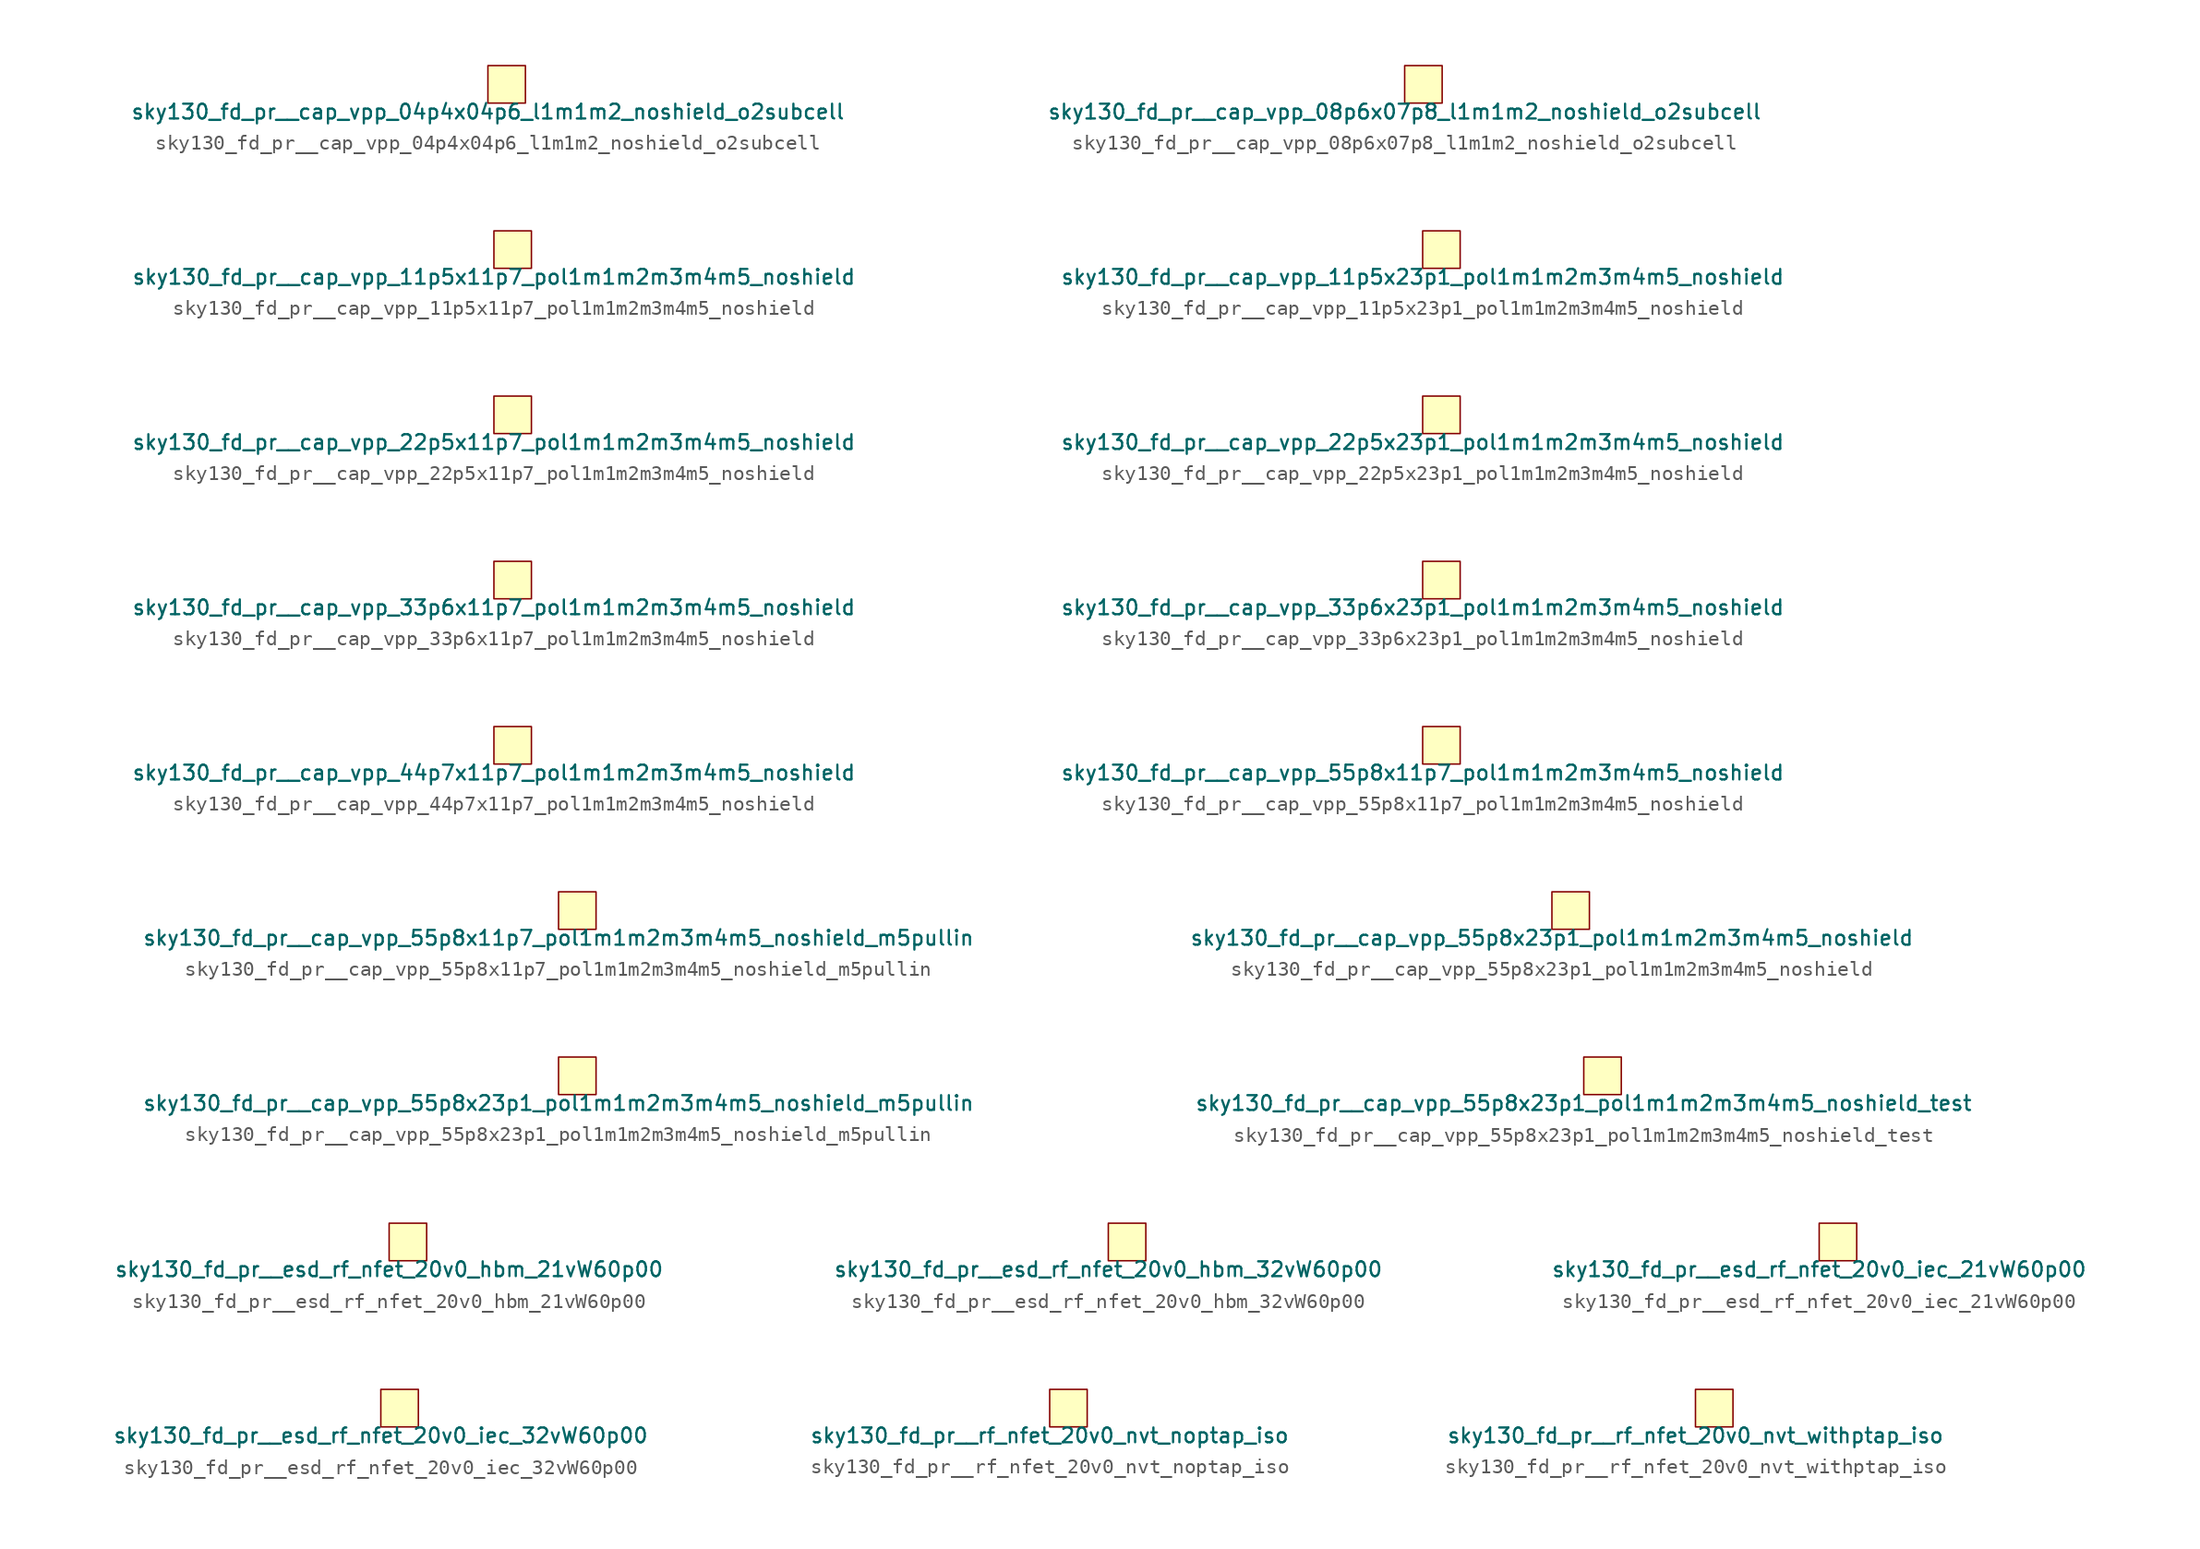
<source format=kicad_sym>
(kicad_symbol_lib
  (version 20211014)
  (generator lef2kicad_sym)
  (symbol "sky130_fd_pr__cap_vpp_04p4x04p6_l1m1m2_noshield_o2subcell"
    (property "Reference" "X"
      (at 0 0 0)
      (effects (font (size 1 1)) hide))
    (property "Value" "sky130_fd_pr__cap_vpp_04p4x04p6_l1m1m2_noshield_o2subcell"
      (at -1.27 -1.27 0)
      (effects (font (size 1 1)) (justify top)))
    (rectangle
      (start -1.27 -1.27)
      (end 1.27 1.27)
      (stroke (width 0.1) (type solid) (color 0 0 0 0))
      (fill (type background))))
  (symbol "sky130_fd_pr__cap_vpp_08p6x07p8_l1m1m2_noshield_o2subcell"
    (property "Reference" "X"
      (at 0 0 0)
      (effects (font (size 1 1)) hide))
    (property "Value" "sky130_fd_pr__cap_vpp_08p6x07p8_l1m1m2_noshield_o2subcell"
      (at -1.27 -1.27 0)
      (effects (font (size 1 1)) (justify top)))
    (rectangle
      (start -1.27 -1.27)
      (end 1.27 1.27)
      (stroke (width 0.1) (type solid) (color 0 0 0 0))
      (fill (type background))))
  (symbol "sky130_fd_pr__cap_vpp_11p5x11p7_pol1m1m2m3m4m5_noshield"
    (property "Reference" "X"
      (at 0 0 0)
      (effects (font (size 1 1)) hide))
    (property "Value" "sky130_fd_pr__cap_vpp_11p5x11p7_pol1m1m2m3m4m5_noshield"
      (at -1.27 -1.27 0)
      (effects (font (size 1 1)) (justify top)))
    (rectangle
      (start -1.27 -1.27)
      (end 1.27 1.27)
      (stroke (width 0.1) (type solid) (color 0 0 0 0))
      (fill (type background))))
  (symbol "sky130_fd_pr__cap_vpp_11p5x23p1_pol1m1m2m3m4m5_noshield"
    (property "Reference" "X"
      (at 0 0 0)
      (effects (font (size 1 1)) hide))
    (property "Value" "sky130_fd_pr__cap_vpp_11p5x23p1_pol1m1m2m3m4m5_noshield"
      (at -1.27 -1.27 0)
      (effects (font (size 1 1)) (justify top)))
    (rectangle
      (start -1.27 -1.27)
      (end 1.27 1.27)
      (stroke (width 0.1) (type solid) (color 0 0 0 0))
      (fill (type background))))
  (symbol "sky130_fd_pr__cap_vpp_22p5x11p7_pol1m1m2m3m4m5_noshield"
    (property "Reference" "X"
      (at 0 0 0)
      (effects (font (size 1 1)) hide))
    (property "Value" "sky130_fd_pr__cap_vpp_22p5x11p7_pol1m1m2m3m4m5_noshield"
      (at -1.27 -1.27 0)
      (effects (font (size 1 1)) (justify top)))
    (rectangle
      (start -1.27 -1.27)
      (end 1.27 1.27)
      (stroke (width 0.1) (type solid) (color 0 0 0 0))
      (fill (type background))))
  (symbol "sky130_fd_pr__cap_vpp_22p5x23p1_pol1m1m2m3m4m5_noshield"
    (property "Reference" "X"
      (at 0 0 0)
      (effects (font (size 1 1)) hide))
    (property "Value" "sky130_fd_pr__cap_vpp_22p5x23p1_pol1m1m2m3m4m5_noshield"
      (at -1.27 -1.27 0)
      (effects (font (size 1 1)) (justify top)))
    (rectangle
      (start -1.27 -1.27)
      (end 1.27 1.27)
      (stroke (width 0.1) (type solid) (color 0 0 0 0))
      (fill (type background))))
  (symbol "sky130_fd_pr__cap_vpp_33p6x11p7_pol1m1m2m3m4m5_noshield"
    (property "Reference" "X"
      (at 0 0 0)
      (effects (font (size 1 1)) hide))
    (property "Value" "sky130_fd_pr__cap_vpp_33p6x11p7_pol1m1m2m3m4m5_noshield"
      (at -1.27 -1.27 0)
      (effects (font (size 1 1)) (justify top)))
    (rectangle
      (start -1.27 -1.27)
      (end 1.27 1.27)
      (stroke (width 0.1) (type solid) (color 0 0 0 0))
      (fill (type background))))
  (symbol "sky130_fd_pr__cap_vpp_33p6x23p1_pol1m1m2m3m4m5_noshield"
    (property "Reference" "X"
      (at 0 0 0)
      (effects (font (size 1 1)) hide))
    (property "Value" "sky130_fd_pr__cap_vpp_33p6x23p1_pol1m1m2m3m4m5_noshield"
      (at -1.27 -1.27 0)
      (effects (font (size 1 1)) (justify top)))
    (rectangle
      (start -1.27 -1.27)
      (end 1.27 1.27)
      (stroke (width 0.1) (type solid) (color 0 0 0 0))
      (fill (type background))))
  (symbol "sky130_fd_pr__cap_vpp_44p7x11p7_pol1m1m2m3m4m5_noshield"
    (property "Reference" "X"
      (at 0 0 0)
      (effects (font (size 1 1)) hide))
    (property "Value" "sky130_fd_pr__cap_vpp_44p7x11p7_pol1m1m2m3m4m5_noshield"
      (at -1.27 -1.27 0)
      (effects (font (size 1 1)) (justify top)))
    (rectangle
      (start -1.27 -1.27)
      (end 1.27 1.27)
      (stroke (width 0.1) (type solid) (color 0 0 0 0))
      (fill (type background))))
  (symbol "sky130_fd_pr__cap_vpp_55p8x11p7_pol1m1m2m3m4m5_noshield"
    (property "Reference" "X"
      (at 0 0 0)
      (effects (font (size 1 1)) hide))
    (property "Value" "sky130_fd_pr__cap_vpp_55p8x11p7_pol1m1m2m3m4m5_noshield"
      (at -1.27 -1.27 0)
      (effects (font (size 1 1)) (justify top)))
    (rectangle
      (start -1.27 -1.27)
      (end 1.27 1.27)
      (stroke (width 0.1) (type solid) (color 0 0 0 0))
      (fill (type background))))
  (symbol "sky130_fd_pr__cap_vpp_55p8x11p7_pol1m1m2m3m4m5_noshield_m5pullin"
    (property "Reference" "X"
      (at 0 0 0)
      (effects (font (size 1 1)) hide))
    (property "Value" "sky130_fd_pr__cap_vpp_55p8x11p7_pol1m1m2m3m4m5_noshield_m5pullin"
      (at -1.27 -1.27 0)
      (effects (font (size 1 1)) (justify top)))
    (rectangle
      (start -1.27 -1.27)
      (end 1.27 1.27)
      (stroke (width 0.1) (type solid) (color 0 0 0 0))
      (fill (type background))))
  (symbol "sky130_fd_pr__cap_vpp_55p8x23p1_pol1m1m2m3m4m5_noshield"
    (property "Reference" "X"
      (at 0 0 0)
      (effects (font (size 1 1)) hide))
    (property "Value" "sky130_fd_pr__cap_vpp_55p8x23p1_pol1m1m2m3m4m5_noshield"
      (at -1.27 -1.27 0)
      (effects (font (size 1 1)) (justify top)))
    (rectangle
      (start -1.27 -1.27)
      (end 1.27 1.27)
      (stroke (width 0.1) (type solid) (color 0 0 0 0))
      (fill (type background))))
  (symbol "sky130_fd_pr__cap_vpp_55p8x23p1_pol1m1m2m3m4m5_noshield_m5pullin"
    (property "Reference" "X"
      (at 0 0 0)
      (effects (font (size 1 1)) hide))
    (property "Value" "sky130_fd_pr__cap_vpp_55p8x23p1_pol1m1m2m3m4m5_noshield_m5pullin"
      (at -1.27 -1.27 0)
      (effects (font (size 1 1)) (justify top)))
    (rectangle
      (start -1.27 -1.27)
      (end 1.27 1.27)
      (stroke (width 0.1) (type solid) (color 0 0 0 0))
      (fill (type background))))
  (symbol "sky130_fd_pr__cap_vpp_55p8x23p1_pol1m1m2m3m4m5_noshield_test"
    (property "Reference" "X"
      (at 0 0 0)
      (effects (font (size 1 1)) hide))
    (property "Value" "sky130_fd_pr__cap_vpp_55p8x23p1_pol1m1m2m3m4m5_noshield_test"
      (at -1.27 -1.27 0)
      (effects (font (size 1 1)) (justify top)))
    (rectangle
      (start -1.27 -1.27)
      (end 1.27 1.27)
      (stroke (width 0.1) (type solid) (color 0 0 0 0))
      (fill (type background))))
  (symbol "sky130_fd_pr__esd_rf_nfet_20v0_hbm_21vW60p00"
    (property "Reference" "X"
      (at 0 0 0)
      (effects (font (size 1 1)) hide))
    (property "Value" "sky130_fd_pr__esd_rf_nfet_20v0_hbm_21vW60p00"
      (at -1.27 -1.27 0)
      (effects (font (size 1 1)) (justify top)))
    (rectangle
      (start -1.27 -1.27)
      (end 1.27 1.27)
      (stroke (width 0.1) (type solid) (color 0 0 0 0))
      (fill (type background))))
  (symbol "sky130_fd_pr__esd_rf_nfet_20v0_hbm_32vW60p00"
    (property "Reference" "X"
      (at 0 0 0)
      (effects (font (size 1 1)) hide))
    (property "Value" "sky130_fd_pr__esd_rf_nfet_20v0_hbm_32vW60p00"
      (at -1.27 -1.27 0)
      (effects (font (size 1 1)) (justify top)))
    (rectangle
      (start -1.27 -1.27)
      (end 1.27 1.27)
      (stroke (width 0.1) (type solid) (color 0 0 0 0))
      (fill (type background))))
  (symbol "sky130_fd_pr__esd_rf_nfet_20v0_iec_21vW60p00"
    (property "Reference" "X"
      (at 0 0 0)
      (effects (font (size 1 1)) hide))
    (property "Value" "sky130_fd_pr__esd_rf_nfet_20v0_iec_21vW60p00"
      (at -1.27 -1.27 0)
      (effects (font (size 1 1)) (justify top)))
    (rectangle
      (start -1.27 -1.27)
      (end 1.27 1.27)
      (stroke (width 0.1) (type solid) (color 0 0 0 0))
      (fill (type background))))
  (symbol "sky130_fd_pr__esd_rf_nfet_20v0_iec_32vW60p00"
    (property "Reference" "X"
      (at 0 0 0)
      (effects (font (size 1 1)) hide))
    (property "Value" "sky130_fd_pr__esd_rf_nfet_20v0_iec_32vW60p00"
      (at -1.27 -1.27 0)
      (effects (font (size 1 1)) (justify top)))
    (rectangle
      (start -1.27 -1.27)
      (end 1.27 1.27)
      (stroke (width 0.1) (type solid) (color 0 0 0 0))
      (fill (type background))))
  (symbol "sky130_fd_pr__rf_nfet_20v0_nvt_noptap_iso"
    (property "Reference" "X"
      (at 0 0 0)
      (effects (font (size 1 1)) hide))
    (property "Value" "sky130_fd_pr__rf_nfet_20v0_nvt_noptap_iso"
      (at -1.27 -1.27 0)
      (effects (font (size 1 1)) (justify top)))
    (rectangle
      (start -1.27 -1.27)
      (end 1.27 1.27)
      (stroke (width 0.1) (type solid) (color 0 0 0 0))
      (fill (type background))))
  (symbol "sky130_fd_pr__rf_nfet_20v0_nvt_withptap_iso"
    (property "Reference" "X"
      (at 0 0 0)
      (effects (font (size 1 1)) hide))
    (property "Value" "sky130_fd_pr__rf_nfet_20v0_nvt_withptap_iso"
      (at -1.27 -1.27 0)
      (effects (font (size 1 1)) (justify top)))
    (rectangle
      (start -1.27 -1.27)
      (end 1.27 1.27)
      (stroke (width 0.1) (type solid) (color 0 0 0 0))
      (fill (type background)))))
</source>
